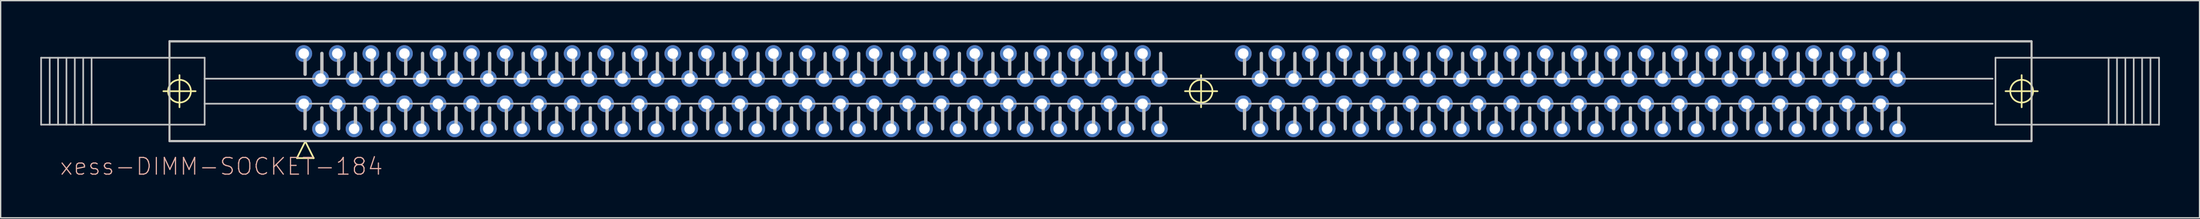
<source format=kicad_pcb>
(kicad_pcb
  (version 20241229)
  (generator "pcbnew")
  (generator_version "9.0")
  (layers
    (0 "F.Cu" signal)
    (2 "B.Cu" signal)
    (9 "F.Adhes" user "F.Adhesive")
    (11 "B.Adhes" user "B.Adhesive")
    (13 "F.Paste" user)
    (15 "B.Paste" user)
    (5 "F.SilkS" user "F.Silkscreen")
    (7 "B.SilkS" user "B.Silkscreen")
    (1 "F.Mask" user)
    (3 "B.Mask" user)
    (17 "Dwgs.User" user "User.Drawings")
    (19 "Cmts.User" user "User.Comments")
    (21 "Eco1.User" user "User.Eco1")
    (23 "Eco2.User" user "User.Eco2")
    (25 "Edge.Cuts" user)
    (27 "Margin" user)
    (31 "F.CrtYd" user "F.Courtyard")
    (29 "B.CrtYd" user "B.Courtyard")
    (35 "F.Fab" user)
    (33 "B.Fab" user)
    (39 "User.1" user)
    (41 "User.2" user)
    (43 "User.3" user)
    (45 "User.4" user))
  (footprint "xess-DIMM-SOCKET-184"
    (layer "F.Cu")
    (at 10.538 3.873)
    (property "Reference" "xess-DIMM-SOCKET-184" (at 3.175 5.715 0) (layer "B.SilkS") (effects (font (size 1.27 1.27) (thickness 0.089))))
    (attr exclude_from_pos_files exclude_from_bom)
    (fp_line (start -1.219 0) (end 1.219 0) (stroke (width 0.127) (type solid)) (layer "F.SilkS"))
    (fp_line (start -0.759 -3.769) (end -0.759 3.769) (stroke (width 0.127) (type solid)) (layer "F.SilkS"))
    (fp_line (start -0.759 3.769) (end 140.208 3.769) (stroke (width 0.127) (type solid)) (layer "F.SilkS"))
    (fp_line (start 0 1.219) (end 0 -1.219) (stroke (width 0.127) (type solid)) (layer "F.SilkS"))
    (fp_line (start 8.89 5.08) (end 9.525 3.81) (stroke (width 0.127) (type solid)) (layer "F.SilkS"))
    (fp_line (start 9.525 3.81) (end 10.16 5.08) (stroke (width 0.127) (type solid)) (layer "F.SilkS"))
    (fp_line (start 10.16 5.08) (end 8.89 5.08) (stroke (width 0.127) (type solid)) (layer "F.SilkS"))
    (fp_line (start 76.119 0) (end 78.56 0) (stroke (width 0.127) (type solid)) (layer "F.SilkS"))
    (fp_line (start 77.338 1.219) (end 77.338 -1.219) (stroke (width 0.127) (type solid)) (layer "F.SilkS"))
    (fp_line (start 138.239 0) (end 140.678 0) (stroke (width 0.127) (type solid)) (layer "F.SilkS"))
    (fp_line (start 139.459 1.219) (end 139.459 -1.219) (stroke (width 0.127) (type solid)) (layer "F.SilkS"))
    (fp_line (start 140.208 -3.769) (end -0.759 -3.769) (stroke (width 0.127) (type solid)) (layer "F.SilkS"))
    (fp_line (start 140.208 3.769) (end 140.208 -3.769) (stroke (width 0.127) (type solid)) (layer "F.SilkS"))
    (fp_circle (center 0 0) (end -0.61 0.61) (stroke (width 0.127) (type solid)) (fill no) (layer "F.SilkS"))
    (fp_circle (center 77.338 0) (end 77.948 0.61) (stroke (width 0.127) (type solid)) (fill no) (layer "F.SilkS"))
    (fp_circle (center 139.459 0) (end 140.068 0.61) (stroke (width 0.127) (type solid)) (fill no) (layer "F.SilkS"))
    (fp_line (start -10.475 -2.54) (end -10.475 2.54) (stroke (width 0.127) (type solid)) (layer "Dwgs.User"))
    (fp_line (start -10.475 2.54) (end -0.762 2.54) (stroke (width 0.127) (type solid)) (layer "Dwgs.User"))
    (fp_line (start -9.825 -2.535) (end -9.825 2.535) (stroke (width 0.127) (type solid)) (layer "Dwgs.User"))
    (fp_line (start -9.192 -2.535) (end -9.192 2.535) (stroke (width 0.127) (type solid)) (layer "Dwgs.User"))
    (fp_line (start -8.557 -2.535) (end -8.557 2.535) (stroke (width 0.127) (type solid)) (layer "Dwgs.User"))
    (fp_line (start -7.925 -2.535) (end -7.925 2.535) (stroke (width 0.127) (type solid)) (layer "Dwgs.User"))
    (fp_line (start -7.29 -2.535) (end -7.29 2.535) (stroke (width 0.127) (type solid)) (layer "Dwgs.User"))
    (fp_line (start -6.655 -2.535) (end -6.655 2.535) (stroke (width 0.127) (type solid)) (layer "Dwgs.User"))
    (fp_line (start -0.762 -3.81) (end 140.205 -3.81) (stroke (width 0.127) (type solid)) (layer "Dwgs.User"))
    (fp_line (start -0.762 -2.54) (end -10.475 -2.54) (stroke (width 0.127) (type solid)) (layer "Dwgs.User"))
    (fp_line (start -0.762 -2.54) (end -0.762 -3.81) (stroke (width 0.127) (type solid)) (layer "Dwgs.User"))
    (fp_line (start -0.762 2.54) (end 1.905 2.54) (stroke (width 0.127) (type solid)) (layer "Dwgs.User"))
    (fp_line (start -0.762 3.81) (end -0.762 2.54) (stroke (width 0.127) (type solid)) (layer "Dwgs.User"))
    (fp_line (start -0.759 -3.769) (end -0.759 3.769) (stroke (width 0.127) (type solid)) (layer "Dwgs.User"))
    (fp_line (start -0.759 3.769) (end 140.208 3.769) (stroke (width 0.127) (type solid)) (layer "Dwgs.User"))
    (fp_line (start 1.9 0.95) (end 137.259 0.95) (stroke (width 0.127) (type solid)) (layer "Dwgs.User"))
    (fp_line (start 1.905 -2.54) (end -0.762 -2.54) (stroke (width 0.127) (type solid)) (layer "Dwgs.User"))
    (fp_line (start 1.905 2.54) (end 1.905 -2.54) (stroke (width 0.127) (type solid)) (layer "Dwgs.User"))
    (fp_line (start 9.51 -2.87) (end 9.51 -1.285) (stroke (width 0.254) (type solid)) (layer "Dwgs.User"))
    (fp_line (start 9.51 1.267) (end 9.51 2.852) (stroke (width 0.254) (type solid)) (layer "Dwgs.User"))
    (fp_line (start 10.78 -2.87) (end 10.78 -1.285) (stroke (width 0.254) (type solid)) (layer "Dwgs.User"))
    (fp_line (start 10.78 1.267) (end 10.78 2.852) (stroke (width 0.254) (type solid)) (layer "Dwgs.User"))
    (fp_line (start 12.05 -2.87) (end 12.05 -1.285) (stroke (width 0.254) (type solid)) (layer "Dwgs.User"))
    (fp_line (start 12.05 1.267) (end 12.05 2.852) (stroke (width 0.254) (type solid)) (layer "Dwgs.User"))
    (fp_line (start 13.32 -2.87) (end 13.32 -1.285) (stroke (width 0.254) (type solid)) (layer "Dwgs.User"))
    (fp_line (start 13.32 1.267) (end 13.32 2.852) (stroke (width 0.254) (type solid)) (layer "Dwgs.User"))
    (fp_line (start 14.59 -2.87) (end 14.59 -1.285) (stroke (width 0.254) (type solid)) (layer "Dwgs.User"))
    (fp_line (start 14.59 1.267) (end 14.59 2.852) (stroke (width 0.254) (type solid)) (layer "Dwgs.User"))
    (fp_line (start 15.86 -2.87) (end 15.86 -1.285) (stroke (width 0.254) (type solid)) (layer "Dwgs.User"))
    (fp_line (start 15.86 1.267) (end 15.86 2.852) (stroke (width 0.254) (type solid)) (layer "Dwgs.User"))
    (fp_line (start 17.13 -2.87) (end 17.13 -1.285) (stroke (width 0.254) (type solid)) (layer "Dwgs.User"))
    (fp_line (start 17.13 1.267) (end 17.13 2.852) (stroke (width 0.254) (type solid)) (layer "Dwgs.User"))
    (fp_line (start 18.4 -2.87) (end 18.4 -1.285) (stroke (width 0.254) (type solid)) (layer "Dwgs.User"))
    (fp_line (start 18.4 1.267) (end 18.4 2.852) (stroke (width 0.254) (type solid)) (layer "Dwgs.User"))
    (fp_line (start 19.67 -2.87) (end 19.67 -1.285) (stroke (width 0.254) (type solid)) (layer "Dwgs.User"))
    (fp_line (start 19.67 1.267) (end 19.67 2.852) (stroke (width 0.254) (type solid)) (layer "Dwgs.User"))
    (fp_line (start 20.94 -2.87) (end 20.94 -1.285) (stroke (width 0.254) (type solid)) (layer "Dwgs.User"))
    (fp_line (start 20.94 1.267) (end 20.94 2.852) (stroke (width 0.254) (type solid)) (layer "Dwgs.User"))
    (fp_line (start 22.21 -2.87) (end 22.21 -1.285) (stroke (width 0.254) (type solid)) (layer "Dwgs.User"))
    (fp_line (start 22.21 1.267) (end 22.21 2.852) (stroke (width 0.254) (type solid)) (layer "Dwgs.User"))
    (fp_line (start 23.48 -2.87) (end 23.48 -1.285) (stroke (width 0.254) (type solid)) (layer "Dwgs.User"))
    (fp_line (start 23.48 1.267) (end 23.48 2.852) (stroke (width 0.254) (type solid)) (layer "Dwgs.User"))
    (fp_line (start 24.75 -2.87) (end 24.75 -1.285) (stroke (width 0.254) (type solid)) (layer "Dwgs.User"))
    (fp_line (start 24.75 1.267) (end 24.75 2.852) (stroke (width 0.254) (type solid)) (layer "Dwgs.User"))
    (fp_line (start 26.02 -2.87) (end 26.02 -1.285) (stroke (width 0.254) (type solid)) (layer "Dwgs.User"))
    (fp_line (start 26.02 1.267) (end 26.02 2.852) (stroke (width 0.254) (type solid)) (layer "Dwgs.User"))
    (fp_line (start 27.29 -2.87) (end 27.29 -1.285) (stroke (width 0.254) (type solid)) (layer "Dwgs.User"))
    (fp_line (start 27.29 1.267) (end 27.29 2.852) (stroke (width 0.254) (type solid)) (layer "Dwgs.User"))
    (fp_line (start 28.56 -2.87) (end 28.56 -1.285) (stroke (width 0.254) (type solid)) (layer "Dwgs.User"))
    (fp_line (start 28.56 1.267) (end 28.56 2.852) (stroke (width 0.254) (type solid)) (layer "Dwgs.User"))
    (fp_line (start 29.83 -2.87) (end 29.83 -1.285) (stroke (width 0.254) (type solid)) (layer "Dwgs.User"))
    (fp_line (start 29.83 1.267) (end 29.83 2.852) (stroke (width 0.254) (type solid)) (layer "Dwgs.User"))
    (fp_line (start 31.1 -2.87) (end 31.1 -1.285) (stroke (width 0.254) (type solid)) (layer "Dwgs.User"))
    (fp_line (start 31.1 1.267) (end 31.1 2.852) (stroke (width 0.254) (type solid)) (layer "Dwgs.User"))
    (fp_line (start 32.37 -2.87) (end 32.37 -1.285) (stroke (width 0.254) (type solid)) (layer "Dwgs.User"))
    (fp_line (start 32.37 1.267) (end 32.37 2.852) (stroke (width 0.254) (type solid)) (layer "Dwgs.User"))
    (fp_line (start 33.64 -2.87) (end 33.64 -1.285) (stroke (width 0.254) (type solid)) (layer "Dwgs.User"))
    (fp_line (start 33.64 1.267) (end 33.64 2.852) (stroke (width 0.254) (type solid)) (layer "Dwgs.User"))
    (fp_line (start 34.91 -2.87) (end 34.91 -1.285) (stroke (width 0.254) (type solid)) (layer "Dwgs.User"))
    (fp_line (start 34.91 1.267) (end 34.91 2.852) (stroke (width 0.254) (type solid)) (layer "Dwgs.User"))
    (fp_line (start 36.18 -2.87) (end 36.18 -1.285) (stroke (width 0.254) (type solid)) (layer "Dwgs.User"))
    (fp_line (start 36.18 1.267) (end 36.18 2.852) (stroke (width 0.254) (type solid)) (layer "Dwgs.User"))
    (fp_line (start 37.45 -2.87) (end 37.45 -1.285) (stroke (width 0.254) (type solid)) (layer "Dwgs.User"))
    (fp_line (start 37.45 1.267) (end 37.45 2.852) (stroke (width 0.254) (type solid)) (layer "Dwgs.User"))
    (fp_line (start 38.72 -2.87) (end 38.72 -1.285) (stroke (width 0.254) (type solid)) (layer "Dwgs.User"))
    (fp_line (start 38.72 1.267) (end 38.72 2.852) (stroke (width 0.254) (type solid)) (layer "Dwgs.User"))
    (fp_line (start 39.99 -2.87) (end 39.99 -1.285) (stroke (width 0.254) (type solid)) (layer "Dwgs.User"))
    (fp_line (start 39.99 1.267) (end 39.99 2.852) (stroke (width 0.254) (type solid)) (layer "Dwgs.User"))
    (fp_line (start 41.26 -2.87) (end 41.26 -1.285) (stroke (width 0.254) (type solid)) (layer "Dwgs.User"))
    (fp_line (start 41.26 1.267) (end 41.26 2.852) (stroke (width 0.254) (type solid)) (layer "Dwgs.User"))
    (fp_line (start 42.53 -2.87) (end 42.53 -1.285) (stroke (width 0.254) (type solid)) (layer "Dwgs.User"))
    (fp_line (start 42.53 1.267) (end 42.53 2.852) (stroke (width 0.254) (type solid)) (layer "Dwgs.User"))
    (fp_line (start 43.8 -2.87) (end 43.8 -1.285) (stroke (width 0.254) (type solid)) (layer "Dwgs.User"))
    (fp_line (start 43.8 1.267) (end 43.8 2.852) (stroke (width 0.254) (type solid)) (layer "Dwgs.User"))
    (fp_line (start 45.07 -2.87) (end 45.07 -1.285) (stroke (width 0.254) (type solid)) (layer "Dwgs.User"))
    (fp_line (start 45.07 1.267) (end 45.07 2.852) (stroke (width 0.254) (type solid)) (layer "Dwgs.User"))
    (fp_line (start 46.34 -2.87) (end 46.34 -1.285) (stroke (width 0.254) (type solid)) (layer "Dwgs.User"))
    (fp_line (start 46.34 1.267) (end 46.34 2.852) (stroke (width 0.254) (type solid)) (layer "Dwgs.User"))
    (fp_line (start 47.61 -2.87) (end 47.61 -1.285) (stroke (width 0.254) (type solid)) (layer "Dwgs.User"))
    (fp_line (start 47.61 1.267) (end 47.61 2.852) (stroke (width 0.254) (type solid)) (layer "Dwgs.User"))
    (fp_line (start 48.88 -2.87) (end 48.88 -1.285) (stroke (width 0.254) (type solid)) (layer "Dwgs.User"))
    (fp_line (start 48.88 1.267) (end 48.88 2.852) (stroke (width 0.254) (type solid)) (layer "Dwgs.User"))
    (fp_line (start 50.15 -2.87) (end 50.15 -1.285) (stroke (width 0.254) (type solid)) (layer "Dwgs.User"))
    (fp_line (start 50.15 1.267) (end 50.15 2.852) (stroke (width 0.254) (type solid)) (layer "Dwgs.User"))
    (fp_line (start 51.42 -2.87) (end 51.42 -1.285) (stroke (width 0.254) (type solid)) (layer "Dwgs.User"))
    (fp_line (start 51.42 1.267) (end 51.42 2.852) (stroke (width 0.254) (type solid)) (layer "Dwgs.User"))
    (fp_line (start 52.69 -2.87) (end 52.69 -1.285) (stroke (width 0.254) (type solid)) (layer "Dwgs.User"))
    (fp_line (start 52.69 1.267) (end 52.69 2.852) (stroke (width 0.254) (type solid)) (layer "Dwgs.User"))
    (fp_line (start 53.96 -2.87) (end 53.96 -1.285) (stroke (width 0.254) (type solid)) (layer "Dwgs.User"))
    (fp_line (start 53.96 1.267) (end 53.96 2.852) (stroke (width 0.254) (type solid)) (layer "Dwgs.User"))
    (fp_line (start 55.23 -2.87) (end 55.23 -1.285) (stroke (width 0.254) (type solid)) (layer "Dwgs.User"))
    (fp_line (start 55.23 1.267) (end 55.23 2.852) (stroke (width 0.254) (type solid)) (layer "Dwgs.User"))
    (fp_line (start 56.5 -2.87) (end 56.5 -1.285) (stroke (width 0.254) (type solid)) (layer "Dwgs.User"))
    (fp_line (start 56.5 1.267) (end 56.5 2.852) (stroke (width 0.254) (type solid)) (layer "Dwgs.User"))
    (fp_line (start 57.77 -2.87) (end 57.77 -1.285) (stroke (width 0.254) (type solid)) (layer "Dwgs.User"))
    (fp_line (start 57.77 1.267) (end 57.77 2.852) (stroke (width 0.254) (type solid)) (layer "Dwgs.User"))
    (fp_line (start 59.04 -2.87) (end 59.04 -1.285) (stroke (width 0.254) (type solid)) (layer "Dwgs.User"))
    (fp_line (start 59.04 1.267) (end 59.04 2.852) (stroke (width 0.254) (type solid)) (layer "Dwgs.User"))
    (fp_line (start 60.31 -2.87) (end 60.31 -1.285) (stroke (width 0.254) (type solid)) (layer "Dwgs.User"))
    (fp_line (start 60.31 1.267) (end 60.31 2.852) (stroke (width 0.254) (type solid)) (layer "Dwgs.User"))
    (fp_line (start 61.58 -2.87) (end 61.58 -1.285) (stroke (width 0.254) (type solid)) (layer "Dwgs.User"))
    (fp_line (start 61.58 1.267) (end 61.58 2.852) (stroke (width 0.254) (type solid)) (layer "Dwgs.User"))
    (fp_line (start 62.85 -2.87) (end 62.85 -1.285) (stroke (width 0.254) (type solid)) (layer "Dwgs.User"))
    (fp_line (start 62.85 1.267) (end 62.85 2.852) (stroke (width 0.254) (type solid)) (layer "Dwgs.User"))
    (fp_line (start 64.12 -2.87) (end 64.12 -1.285) (stroke (width 0.254) (type solid)) (layer "Dwgs.User"))
    (fp_line (start 64.12 1.267) (end 64.12 2.852) (stroke (width 0.254) (type solid)) (layer "Dwgs.User"))
    (fp_line (start 65.39 -2.87) (end 65.39 -1.285) (stroke (width 0.254) (type solid)) (layer "Dwgs.User"))
    (fp_line (start 65.39 1.267) (end 65.39 2.852) (stroke (width 0.254) (type solid)) (layer "Dwgs.User"))
    (fp_line (start 66.66 -2.87) (end 66.66 -1.285) (stroke (width 0.254) (type solid)) (layer "Dwgs.User"))
    (fp_line (start 66.66 1.267) (end 66.66 2.852) (stroke (width 0.254) (type solid)) (layer "Dwgs.User"))
    (fp_line (start 67.93 -2.87) (end 67.93 -1.285) (stroke (width 0.254) (type solid)) (layer "Dwgs.User"))
    (fp_line (start 67.93 1.267) (end 67.93 2.852) (stroke (width 0.254) (type solid)) (layer "Dwgs.User"))
    (fp_line (start 69.2 -2.87) (end 69.2 -1.285) (stroke (width 0.254) (type solid)) (layer "Dwgs.User"))
    (fp_line (start 69.2 1.267) (end 69.2 2.852) (stroke (width 0.254) (type solid)) (layer "Dwgs.User"))
    (fp_line (start 70.47 -2.87) (end 70.47 -1.285) (stroke (width 0.254) (type solid)) (layer "Dwgs.User"))
    (fp_line (start 70.47 1.267) (end 70.47 2.852) (stroke (width 0.254) (type solid)) (layer "Dwgs.User"))
    (fp_line (start 71.74 -2.87) (end 71.74 -1.285) (stroke (width 0.254) (type solid)) (layer "Dwgs.User"))
    (fp_line (start 71.74 1.267) (end 71.74 2.852) (stroke (width 0.254) (type solid)) (layer "Dwgs.User"))
    (fp_line (start 73.01 -2.87) (end 73.01 -1.285) (stroke (width 0.254) (type solid)) (layer "Dwgs.User"))
    (fp_line (start 73.01 1.267) (end 73.01 2.852) (stroke (width 0.254) (type solid)) (layer "Dwgs.User"))
    (fp_line (start 74.28 -2.87) (end 74.28 -1.285) (stroke (width 0.254) (type solid)) (layer "Dwgs.User"))
    (fp_line (start 74.28 1.267) (end 74.28 2.852) (stroke (width 0.254) (type solid)) (layer "Dwgs.User"))
    (fp_line (start 80.63 -2.87) (end 80.63 -1.285) (stroke (width 0.254) (type solid)) (layer "Dwgs.User"))
    (fp_line (start 80.63 1.267) (end 80.63 2.852) (stroke (width 0.254) (type solid)) (layer "Dwgs.User"))
    (fp_line (start 81.9 -2.87) (end 81.9 -1.285) (stroke (width 0.254) (type solid)) (layer "Dwgs.User"))
    (fp_line (start 81.9 1.267) (end 81.9 2.852) (stroke (width 0.254) (type solid)) (layer "Dwgs.User"))
    (fp_line (start 83.17 -2.87) (end 83.17 -1.285) (stroke (width 0.254) (type solid)) (layer "Dwgs.User"))
    (fp_line (start 83.17 1.267) (end 83.17 2.852) (stroke (width 0.254) (type solid)) (layer "Dwgs.User"))
    (fp_line (start 84.44 -2.87) (end 84.44 -1.285) (stroke (width 0.254) (type solid)) (layer "Dwgs.User"))
    (fp_line (start 84.44 1.267) (end 84.44 2.852) (stroke (width 0.254) (type solid)) (layer "Dwgs.User"))
    (fp_line (start 85.71 -2.87) (end 85.71 -1.285) (stroke (width 0.254) (type solid)) (layer "Dwgs.User"))
    (fp_line (start 85.71 1.267) (end 85.71 2.852) (stroke (width 0.254) (type solid)) (layer "Dwgs.User"))
    (fp_line (start 86.98 -2.87) (end 86.98 -1.285) (stroke (width 0.254) (type solid)) (layer "Dwgs.User"))
    (fp_line (start 86.98 1.267) (end 86.98 2.852) (stroke (width 0.254) (type solid)) (layer "Dwgs.User"))
    (fp_line (start 88.25 -2.87) (end 88.25 -1.285) (stroke (width 0.254) (type solid)) (layer "Dwgs.User"))
    (fp_line (start 88.25 1.267) (end 88.25 2.852) (stroke (width 0.254) (type solid)) (layer "Dwgs.User"))
    (fp_line (start 89.52 -2.87) (end 89.52 -1.285) (stroke (width 0.254) (type solid)) (layer "Dwgs.User"))
    (fp_line (start 89.52 1.267) (end 89.52 2.852) (stroke (width 0.254) (type solid)) (layer "Dwgs.User"))
    (fp_line (start 90.79 -2.87) (end 90.79 -1.285) (stroke (width 0.254) (type solid)) (layer "Dwgs.User"))
    (fp_line (start 90.79 1.267) (end 90.79 2.852) (stroke (width 0.254) (type solid)) (layer "Dwgs.User"))
    (fp_line (start 92.06 -2.87) (end 92.06 -1.285) (stroke (width 0.254) (type solid)) (layer "Dwgs.User"))
    (fp_line (start 92.06 1.267) (end 92.06 2.852) (stroke (width 0.254) (type solid)) (layer "Dwgs.User"))
    (fp_line (start 93.33 -2.87) (end 93.33 -1.285) (stroke (width 0.254) (type solid)) (layer "Dwgs.User"))
    (fp_line (start 93.33 1.267) (end 93.33 2.852) (stroke (width 0.254) (type solid)) (layer "Dwgs.User"))
    (fp_line (start 94.6 -2.87) (end 94.6 -1.285) (stroke (width 0.254) (type solid)) (layer "Dwgs.User"))
    (fp_line (start 94.6 1.267) (end 94.6 2.852) (stroke (width 0.254) (type solid)) (layer "Dwgs.User"))
    (fp_line (start 95.87 -2.87) (end 95.87 -1.285) (stroke (width 0.254) (type solid)) (layer "Dwgs.User"))
    (fp_line (start 95.87 1.267) (end 95.87 2.852) (stroke (width 0.254) (type solid)) (layer "Dwgs.User"))
    (fp_line (start 97.14 -2.87) (end 97.14 -1.285) (stroke (width 0.254) (type solid)) (layer "Dwgs.User"))
    (fp_line (start 97.14 1.267) (end 97.14 2.852) (stroke (width 0.254) (type solid)) (layer "Dwgs.User"))
    (fp_line (start 98.41 -2.87) (end 98.41 -1.285) (stroke (width 0.254) (type solid)) (layer "Dwgs.User"))
    (fp_line (start 98.41 1.267) (end 98.41 2.852) (stroke (width 0.254) (type solid)) (layer "Dwgs.User"))
    (fp_line (start 99.68 -2.87) (end 99.68 -1.285) (stroke (width 0.254) (type solid)) (layer "Dwgs.User"))
    (fp_line (start 99.68 1.267) (end 99.68 2.852) (stroke (width 0.254) (type solid)) (layer "Dwgs.User"))
    (fp_line (start 100.95 -2.87) (end 100.95 -1.285) (stroke (width 0.254) (type solid)) (layer "Dwgs.User"))
    (fp_line (start 100.95 1.267) (end 100.95 2.852) (stroke (width 0.254) (type solid)) (layer "Dwgs.User"))
    (fp_line (start 102.22 -2.87) (end 102.22 -1.285) (stroke (width 0.254) (type solid)) (layer "Dwgs.User"))
    (fp_line (start 102.22 1.267) (end 102.22 2.852) (stroke (width 0.254) (type solid)) (layer "Dwgs.User"))
    (fp_line (start 103.49 -2.87) (end 103.49 -1.285) (stroke (width 0.254) (type solid)) (layer "Dwgs.User"))
    (fp_line (start 103.49 1.267) (end 103.49 2.852) (stroke (width 0.254) (type solid)) (layer "Dwgs.User"))
    (fp_line (start 104.76 -2.87) (end 104.76 -1.285) (stroke (width 0.254) (type solid)) (layer "Dwgs.User"))
    (fp_line (start 104.76 1.267) (end 104.76 2.852) (stroke (width 0.254) (type solid)) (layer "Dwgs.User"))
    (fp_line (start 106.03 -2.87) (end 106.03 -1.285) (stroke (width 0.254) (type solid)) (layer "Dwgs.User"))
    (fp_line (start 106.03 1.267) (end 106.03 2.852) (stroke (width 0.254) (type solid)) (layer "Dwgs.User"))
    (fp_line (start 107.3 -2.87) (end 107.3 -1.285) (stroke (width 0.254) (type solid)) (layer "Dwgs.User"))
    (fp_line (start 107.3 1.267) (end 107.3 2.852) (stroke (width 0.254) (type solid)) (layer "Dwgs.User"))
    (fp_line (start 108.57 -2.87) (end 108.57 -1.285) (stroke (width 0.254) (type solid)) (layer "Dwgs.User"))
    (fp_line (start 108.57 1.267) (end 108.57 2.852) (stroke (width 0.254) (type solid)) (layer "Dwgs.User"))
    (fp_line (start 109.84 -2.87) (end 109.84 -1.285) (stroke (width 0.254) (type solid)) (layer "Dwgs.User"))
    (fp_line (start 109.84 1.267) (end 109.84 2.852) (stroke (width 0.254) (type solid)) (layer "Dwgs.User"))
    (fp_line (start 111.11 -2.87) (end 111.11 -1.285) (stroke (width 0.254) (type solid)) (layer "Dwgs.User"))
    (fp_line (start 111.11 1.267) (end 111.11 2.852) (stroke (width 0.254) (type solid)) (layer "Dwgs.User"))
    (fp_line (start 112.38 -2.87) (end 112.38 -1.285) (stroke (width 0.254) (type solid)) (layer "Dwgs.User"))
    (fp_line (start 112.38 1.267) (end 112.38 2.852) (stroke (width 0.254) (type solid)) (layer "Dwgs.User"))
    (fp_line (start 113.65 -2.87) (end 113.65 -1.285) (stroke (width 0.254) (type solid)) (layer "Dwgs.User"))
    (fp_line (start 113.65 1.267) (end 113.65 2.852) (stroke (width 0.254) (type solid)) (layer "Dwgs.User"))
    (fp_line (start 114.92 -2.87) (end 114.92 -1.285) (stroke (width 0.254) (type solid)) (layer "Dwgs.User"))
    (fp_line (start 114.92 1.267) (end 114.92 2.852) (stroke (width 0.254) (type solid)) (layer "Dwgs.User"))
    (fp_line (start 116.19 -2.87) (end 116.19 -1.285) (stroke (width 0.254) (type solid)) (layer "Dwgs.User"))
    (fp_line (start 116.19 1.267) (end 116.19 2.852) (stroke (width 0.254) (type solid)) (layer "Dwgs.User"))
    (fp_line (start 117.46 -2.87) (end 117.46 -1.285) (stroke (width 0.254) (type solid)) (layer "Dwgs.User"))
    (fp_line (start 117.46 1.267) (end 117.46 2.852) (stroke (width 0.254) (type solid)) (layer "Dwgs.User"))
    (fp_line (start 118.73 -2.87) (end 118.73 -1.285) (stroke (width 0.254) (type solid)) (layer "Dwgs.User"))
    (fp_line (start 118.73 1.267) (end 118.73 2.852) (stroke (width 0.254) (type solid)) (layer "Dwgs.User"))
    (fp_line (start 120 -2.87) (end 120 -1.285) (stroke (width 0.254) (type solid)) (layer "Dwgs.User"))
    (fp_line (start 120 1.267) (end 120 2.852) (stroke (width 0.254) (type solid)) (layer "Dwgs.User"))
    (fp_line (start 121.27 -2.87) (end 121.27 -1.285) (stroke (width 0.254) (type solid)) (layer "Dwgs.User"))
    (fp_line (start 121.27 1.267) (end 121.27 2.852) (stroke (width 0.254) (type solid)) (layer "Dwgs.User"))
    (fp_line (start 122.54 -2.87) (end 122.54 -1.285) (stroke (width 0.254) (type solid)) (layer "Dwgs.User"))
    (fp_line (start 122.54 1.267) (end 122.54 2.852) (stroke (width 0.254) (type solid)) (layer "Dwgs.User"))
    (fp_line (start 123.81 -2.87) (end 123.81 -1.285) (stroke (width 0.254) (type solid)) (layer "Dwgs.User"))
    (fp_line (start 123.81 1.267) (end 123.81 2.852) (stroke (width 0.254) (type solid)) (layer "Dwgs.User"))
    (fp_line (start 125.08 -2.87) (end 125.08 -1.285) (stroke (width 0.254) (type solid)) (layer "Dwgs.User"))
    (fp_line (start 125.08 1.267) (end 125.08 2.852) (stroke (width 0.254) (type solid)) (layer "Dwgs.User"))
    (fp_line (start 126.35 -2.87) (end 126.35 -1.285) (stroke (width 0.254) (type solid)) (layer "Dwgs.User"))
    (fp_line (start 126.35 1.267) (end 126.35 2.852) (stroke (width 0.254) (type solid)) (layer "Dwgs.User"))
    (fp_line (start 127.62 -2.87) (end 127.62 -1.285) (stroke (width 0.254) (type solid)) (layer "Dwgs.User"))
    (fp_line (start 127.62 1.267) (end 127.62 2.852) (stroke (width 0.254) (type solid)) (layer "Dwgs.User"))
    (fp_line (start 128.89 -2.87) (end 128.89 -1.285) (stroke (width 0.254) (type solid)) (layer "Dwgs.User"))
    (fp_line (start 128.89 1.267) (end 128.89 2.852) (stroke (width 0.254) (type solid)) (layer "Dwgs.User"))
    (fp_line (start 130.16 -2.87) (end 130.16 -1.285) (stroke (width 0.254) (type solid)) (layer "Dwgs.User"))
    (fp_line (start 130.16 1.267) (end 130.16 2.852) (stroke (width 0.254) (type solid)) (layer "Dwgs.User"))
    (fp_line (start 137.259 -0.95) (end 1.9 -0.95) (stroke (width 0.127) (type solid)) (layer "Dwgs.User"))
    (fp_line (start 137.477 -2.54) (end 137.477 2.54) (stroke (width 0.127) (type solid)) (layer "Dwgs.User"))
    (fp_line (start 137.477 2.54) (end 140.205 2.54) (stroke (width 0.127) (type solid)) (layer "Dwgs.User"))
    (fp_line (start 140.205 -3.81) (end 140.205 -2.54) (stroke (width 0.127) (type solid)) (layer "Dwgs.User"))
    (fp_line (start 140.205 -2.54) (end 137.477 -2.54) (stroke (width 0.127) (type solid)) (layer "Dwgs.User"))
    (fp_line (start 140.205 2.54) (end 140.205 3.81) (stroke (width 0.127) (type solid)) (layer "Dwgs.User"))
    (fp_line (start 140.205 2.54) (end 149.86 2.54) (stroke (width 0.127) (type solid)) (layer "Dwgs.User"))
    (fp_line (start 140.205 3.81) (end -0.762 3.81) (stroke (width 0.127) (type solid)) (layer "Dwgs.User"))
    (fp_line (start 140.208 -3.769) (end -0.759 -3.769) (stroke (width 0.127) (type solid)) (layer "Dwgs.User"))
    (fp_line (start 140.208 3.769) (end 140.208 -3.769) (stroke (width 0.127) (type solid)) (layer "Dwgs.User"))
    (fp_line (start 146.04 2.535) (end 146.04 -2.535) (stroke (width 0.127) (type solid)) (layer "Dwgs.User"))
    (fp_line (start 146.675 2.535) (end 146.675 -2.535) (stroke (width 0.127) (type solid)) (layer "Dwgs.User"))
    (fp_line (start 147.31 2.535) (end 147.31 -2.535) (stroke (width 0.127) (type solid)) (layer "Dwgs.User"))
    (fp_line (start 147.942 2.535) (end 147.942 -2.535) (stroke (width 0.127) (type solid)) (layer "Dwgs.User"))
    (fp_line (start 148.577 2.535) (end 148.577 -2.535) (stroke (width 0.127) (type solid)) (layer "Dwgs.User"))
    (fp_line (start 149.21 2.535) (end 149.21 -2.535) (stroke (width 0.127) (type solid)) (layer "Dwgs.User"))
    (fp_line (start 149.86 -2.54) (end 140.205 -2.54) (stroke (width 0.127) (type solid)) (layer "Dwgs.User"))
    (fp_line (start 149.86 2.54) (end 149.86 -2.54) (stroke (width 0.127) (type solid)) (layer "Dwgs.User"))
    (pad "P$1" thru_hole circle (at 9.408 0.958) (size 1.27 1.27) (drill 0.798) (layers "*.Cu" "*.Mask"))
    (pad "P$2" thru_hole circle (at 10.678 2.857) (size 1.27 1.27) (drill 0.798) (layers "*.Cu" "*.Mask"))
    (pad "P$3" thru_hole circle (at 11.948 0.958) (size 1.27 1.27) (drill 0.798) (layers "*.Cu" "*.Mask"))
    (pad "P$4" thru_hole circle (at 13.218 2.857) (size 1.27 1.27) (drill 0.798) (layers "*.Cu" "*.Mask"))
    (pad "P$5" thru_hole circle (at 14.488 0.958) (size 1.27 1.27) (drill 0.798) (layers "*.Cu" "*.Mask"))
    (pad "P$6" thru_hole circle (at 15.758 2.857) (size 1.27 1.27) (drill 0.798) (layers "*.Cu" "*.Mask"))
    (pad "P$7" thru_hole circle (at 17.028 0.958) (size 1.27 1.27) (drill 0.798) (layers "*.Cu" "*.Mask"))
    (pad "P$8" thru_hole circle (at 18.298 2.857) (size 1.27 1.27) (drill 0.798) (layers "*.Cu" "*.Mask"))
    (pad "P$9" thru_hole circle (at 19.568 0.958) (size 1.27 1.27) (drill 0.798) (layers "*.Cu" "*.Mask"))
    (pad "P$10" thru_hole circle (at 18.298 -0.958) (size 1.27 1.27) (drill 0.798) (layers "*.Cu" "*.Mask"))
    (pad "P$10" thru_hole circle (at 19.568 -2.857) (size 1.27 1.27) (drill 0.798) (layers "*.Cu" "*.Mask"))
    (pad "P$10" thru_hole circle (at 20.838 -0.958) (size 1.27 1.27) (drill 0.798) (layers "*.Cu" "*.Mask"))
    (pad "P$10" thru_hole circle (at 20.838 2.857) (size 1.27 1.27) (drill 0.798) (layers "*.Cu" "*.Mask"))
    (pad "P$10" thru_hole circle (at 22.108 -2.857) (size 1.27 1.27) (drill 0.798) (layers "*.Cu" "*.Mask"))
    (pad "P$10" thru_hole circle (at 23.378 -0.958) (size 1.27 1.27) (drill 0.798) (layers "*.Cu" "*.Mask"))
    (pad "P$10" thru_hole circle (at 24.648 -2.857) (size 1.27 1.27) (drill 0.798) (layers "*.Cu" "*.Mask"))
    (pad "P$10" thru_hole circle (at 25.918 -0.958) (size 1.27 1.27) (drill 0.798) (layers "*.Cu" "*.Mask"))
    (pad "P$10" thru_hole circle (at 27.188 -2.857) (size 1.27 1.27) (drill 0.798) (layers "*.Cu" "*.Mask"))
    (pad "P$10" thru_hole circle (at 28.458 -0.958) (size 1.27 1.27) (drill 0.798) (layers "*.Cu" "*.Mask"))
    (pad "P$10" thru_hole circle (at 29.728 -2.857) (size 1.27 1.27) (drill 0.798) (layers "*.Cu" "*.Mask"))
    (pad "P$11" thru_hole circle (at 22.108 0.958) (size 1.27 1.27) (drill 0.798) (layers "*.Cu" "*.Mask"))
    (pad "P$11" thru_hole circle (at 30.998 -0.958) (size 1.27 1.27) (drill 0.798) (layers "*.Cu" "*.Mask"))
    (pad "P$11" thru_hole circle (at 32.268 -2.857) (size 1.27 1.27) (drill 0.798) (layers "*.Cu" "*.Mask"))
    (pad "P$11" thru_hole circle (at 33.538 -0.958) (size 1.27 1.27) (drill 0.798) (layers "*.Cu" "*.Mask"))
    (pad "P$11" thru_hole circle (at 34.808 -2.857) (size 1.27 1.27) (drill 0.798) (layers "*.Cu" "*.Mask"))
    (pad "P$11" thru_hole circle (at 36.078 -0.958) (size 1.27 1.27) (drill 0.798) (layers "*.Cu" "*.Mask"))
    (pad "P$11" thru_hole circle (at 37.348 -2.857) (size 1.27 1.27) (drill 0.798) (layers "*.Cu" "*.Mask"))
    (pad "P$11" thru_hole circle (at 38.618 -0.958) (size 1.27 1.27) (drill 0.798) (layers "*.Cu" "*.Mask"))
    (pad "P$11" thru_hole circle (at 39.888 -2.857) (size 1.27 1.27) (drill 0.798) (layers "*.Cu" "*.Mask"))
    (pad "P$11" thru_hole circle (at 41.158 -0.958) (size 1.27 1.27) (drill 0.798) (layers "*.Cu" "*.Mask"))
    (pad "P$11" thru_hole circle (at 42.428 -2.857) (size 1.27 1.27) (drill 0.798) (layers "*.Cu" "*.Mask"))
    (pad "P$12" thru_hole circle (at 23.378 2.857) (size 1.27 1.27) (drill 0.798) (layers "*.Cu" "*.Mask"))
    (pad "P$12" thru_hole circle (at 43.698 -0.958) (size 1.27 1.27) (drill 0.798) (layers "*.Cu" "*.Mask"))
    (pad "P$12" thru_hole circle (at 44.968 -2.857) (size 1.27 1.27) (drill 0.798) (layers "*.Cu" "*.Mask"))
    (pad "P$12" thru_hole circle (at 46.238 -0.958) (size 1.27 1.27) (drill 0.798) (layers "*.Cu" "*.Mask"))
    (pad "P$12" thru_hole circle (at 47.508 -2.857) (size 1.27 1.27) (drill 0.798) (layers "*.Cu" "*.Mask"))
    (pad "P$12" thru_hole circle (at 48.778 -0.958) (size 1.27 1.27) (drill 0.798) (layers "*.Cu" "*.Mask"))
    (pad "P$12" thru_hole circle (at 50.048 -2.857) (size 1.27 1.27) (drill 0.798) (layers "*.Cu" "*.Mask"))
    (pad "P$12" thru_hole circle (at 51.318 -0.958) (size 1.27 1.27) (drill 0.798) (layers "*.Cu" "*.Mask"))
    (pad "P$12" thru_hole circle (at 52.588 -2.857) (size 1.27 1.27) (drill 0.798) (layers "*.Cu" "*.Mask"))
    (pad "P$12" thru_hole circle (at 53.858 -0.958) (size 1.27 1.27) (drill 0.798) (layers "*.Cu" "*.Mask"))
    (pad "P$12" thru_hole circle (at 55.128 -2.857) (size 1.27 1.27) (drill 0.798) (layers "*.Cu" "*.Mask"))
    (pad "P$13" thru_hole circle (at 24.648 0.958) (size 1.27 1.27) (drill 0.798) (layers "*.Cu" "*.Mask"))
    (pad "P$13" thru_hole circle (at 56.398 -0.958) (size 1.27 1.27) (drill 0.798) (layers "*.Cu" "*.Mask"))
    (pad "P$13" thru_hole circle (at 57.668 -2.857) (size 1.27 1.27) (drill 0.798) (layers "*.Cu" "*.Mask"))
    (pad "P$13" thru_hole circle (at 58.938 -0.958) (size 1.27 1.27) (drill 0.798) (layers "*.Cu" "*.Mask"))
    (pad "P$13" thru_hole circle (at 60.208 -2.857) (size 1.27 1.27) (drill 0.798) (layers "*.Cu" "*.Mask"))
    (pad "P$13" thru_hole circle (at 61.478 -0.958) (size 1.27 1.27) (drill 0.798) (layers "*.Cu" "*.Mask"))
    (pad "P$13" thru_hole circle (at 62.748 -2.857) (size 1.27 1.27) (drill 0.798) (layers "*.Cu" "*.Mask"))
    (pad "P$13" thru_hole circle (at 64.018 -0.958) (size 1.27 1.27) (drill 0.798) (layers "*.Cu" "*.Mask"))
    (pad "P$13" thru_hole circle (at 65.288 -2.857) (size 1.27 1.27) (drill 0.798) (layers "*.Cu" "*.Mask"))
    (pad "P$13" thru_hole circle (at 66.558 -0.958) (size 1.27 1.27) (drill 0.798) (layers "*.Cu" "*.Mask"))
    (pad "P$13" thru_hole circle (at 67.828 -2.857) (size 1.27 1.27) (drill 0.798) (layers "*.Cu" "*.Mask"))
    (pad "P$14" thru_hole circle (at 25.918 2.857) (size 1.27 1.27) (drill 0.798) (layers "*.Cu" "*.Mask"))
    (pad "P$14" thru_hole circle (at 69.098 -0.958) (size 1.27 1.27) (drill 0.798) (layers "*.Cu" "*.Mask"))
    (pad "P$14" thru_hole circle (at 70.368 -2.857) (size 1.27 1.27) (drill 0.798) (layers "*.Cu" "*.Mask"))
    (pad "P$14" thru_hole circle (at 71.638 -0.958) (size 1.27 1.27) (drill 0.798) (layers "*.Cu" "*.Mask"))
    (pad "P$14" thru_hole circle (at 72.908 -2.857) (size 1.27 1.27) (drill 0.798) (layers "*.Cu" "*.Mask"))
    (pad "P$14" thru_hole circle (at 74.178 -0.958) (size 1.27 1.27) (drill 0.798) (layers "*.Cu" "*.Mask"))
    (pad "P$14" thru_hole circle (at 80.528 -2.857) (size 1.27 1.27) (drill 0.798) (layers "*.Cu" "*.Mask"))
    (pad "P$14" thru_hole circle (at 81.798 -0.958) (size 1.27 1.27) (drill 0.798) (layers "*.Cu" "*.Mask"))
    (pad "P$14" thru_hole circle (at 83.068 -2.857) (size 1.27 1.27) (drill 0.798) (layers "*.Cu" "*.Mask"))
    (pad "P$14" thru_hole circle (at 84.338 -0.958) (size 1.27 1.27) (drill 0.798) (layers "*.Cu" "*.Mask"))
    (pad "P$14" thru_hole circle (at 85.608 -2.857) (size 1.27 1.27) (drill 0.798) (layers "*.Cu" "*.Mask"))
    (pad "P$15" thru_hole circle (at 27.188 0.958) (size 1.27 1.27) (drill 0.798) (layers "*.Cu" "*.Mask"))
    (pad "P$15" thru_hole circle (at 86.878 -0.958) (size 1.27 1.27) (drill 0.798) (layers "*.Cu" "*.Mask"))
    (pad "P$15" thru_hole circle (at 88.148 -2.857) (size 1.27 1.27) (drill 0.798) (layers "*.Cu" "*.Mask"))
    (pad "P$15" thru_hole circle (at 89.418 -0.958) (size 1.27 1.27) (drill 0.798) (layers "*.Cu" "*.Mask"))
    (pad "P$15" thru_hole circle (at 90.688 -2.857) (size 1.27 1.27) (drill 0.798) (layers "*.Cu" "*.Mask"))
    (pad "P$15" thru_hole circle (at 91.958 -0.958) (size 1.27 1.27) (drill 0.798) (layers "*.Cu" "*.Mask"))
    (pad "P$15" thru_hole circle (at 93.228 -2.857) (size 1.27 1.27) (drill 0.798) (layers "*.Cu" "*.Mask"))
    (pad "P$15" thru_hole circle (at 94.498 -0.958) (size 1.27 1.27) (drill 0.798) (layers "*.Cu" "*.Mask"))
    (pad "P$15" thru_hole circle (at 95.768 -2.857) (size 1.27 1.27) (drill 0.798) (layers "*.Cu" "*.Mask"))
    (pad "P$15" thru_hole circle (at 97.038 -0.958) (size 1.27 1.27) (drill 0.798) (layers "*.Cu" "*.Mask"))
    (pad "P$15" thru_hole circle (at 98.308 -2.857) (size 1.27 1.27) (drill 0.798) (layers "*.Cu" "*.Mask"))
    (pad "P$16" thru_hole circle (at 28.458 2.857) (size 1.27 1.27) (drill 0.798) (layers "*.Cu" "*.Mask"))
    (pad "P$16" thru_hole circle (at 99.578 -0.958) (size 1.27 1.27) (drill 0.798) (layers "*.Cu" "*.Mask"))
    (pad "P$16" thru_hole circle (at 100.848 -2.857) (size 1.27 1.27) (drill 0.798) (layers "*.Cu" "*.Mask"))
    (pad "P$16" thru_hole circle (at 102.118 -0.958) (size 1.27 1.27) (drill 0.798) (layers "*.Cu" "*.Mask"))
    (pad "P$16" thru_hole circle (at 103.388 -2.857) (size 1.27 1.27) (drill 0.798) (layers "*.Cu" "*.Mask"))
    (pad "P$16" thru_hole circle (at 104.658 -0.958) (size 1.27 1.27) (drill 0.798) (layers "*.Cu" "*.Mask"))
    (pad "P$16" thru_hole circle (at 105.928 -2.857) (size 1.27 1.27) (drill 0.798) (layers "*.Cu" "*.Mask"))
    (pad "P$16" thru_hole circle (at 107.198 -0.958) (size 1.27 1.27) (drill 0.798) (layers "*.Cu" "*.Mask"))
    (pad "P$16" thru_hole circle (at 108.468 -2.857) (size 1.27 1.27) (drill 0.798) (layers "*.Cu" "*.Mask"))
    (pad "P$16" thru_hole circle (at 109.738 -0.958) (size 1.27 1.27) (drill 0.798) (layers "*.Cu" "*.Mask"))
    (pad "P$16" thru_hole circle (at 111.008 -2.857) (size 1.27 1.27) (drill 0.798) (layers "*.Cu" "*.Mask"))
    (pad "P$17" thru_hole circle (at 29.728 0.958) (size 1.27 1.27) (drill 0.798) (layers "*.Cu" "*.Mask"))
    (pad "P$17" thru_hole circle (at 112.278 -0.958) (size 1.27 1.27) (drill 0.798) (layers "*.Cu" "*.Mask"))
    (pad "P$17" thru_hole circle (at 113.548 -2.857) (size 1.27 1.27) (drill 0.798) (layers "*.Cu" "*.Mask"))
    (pad "P$17" thru_hole circle (at 114.818 -0.958) (size 1.27 1.27) (drill 0.798) (layers "*.Cu" "*.Mask"))
    (pad "P$17" thru_hole circle (at 116.088 -2.857) (size 1.27 1.27) (drill 0.798) (layers "*.Cu" "*.Mask"))
    (pad "P$17" thru_hole circle (at 117.358 -0.958) (size 1.27 1.27) (drill 0.798) (layers "*.Cu" "*.Mask"))
    (pad "P$17" thru_hole circle (at 118.628 -2.857) (size 1.27 1.27) (drill 0.798) (layers "*.Cu" "*.Mask"))
    (pad "P$17" thru_hole circle (at 119.898 -0.958) (size 1.27 1.27) (drill 0.798) (layers "*.Cu" "*.Mask"))
    (pad "P$17" thru_hole circle (at 121.168 -2.857) (size 1.27 1.27) (drill 0.798) (layers "*.Cu" "*.Mask"))
    (pad "P$17" thru_hole circle (at 122.438 -0.958) (size 1.27 1.27) (drill 0.798) (layers "*.Cu" "*.Mask"))
    (pad "P$17" thru_hole circle (at 123.708 -2.857) (size 1.27 1.27) (drill 0.798) (layers "*.Cu" "*.Mask"))
    (pad "P$18" thru_hole circle (at 30.998 2.857) (size 1.27 1.27) (drill 0.798) (layers "*.Cu" "*.Mask"))
    (pad "P$18" thru_hole circle (at 124.978 -0.958) (size 1.27 1.27) (drill 0.798) (layers "*.Cu" "*.Mask"))
    (pad "P$18" thru_hole circle (at 126.248 -2.857) (size 1.27 1.27) (drill 0.798) (layers "*.Cu" "*.Mask"))
    (pad "P$18" thru_hole circle (at 127.518 -0.958) (size 1.27 1.27) (drill 0.798) (layers "*.Cu" "*.Mask"))
    (pad "P$18" thru_hole circle (at 128.788 -2.857) (size 1.27 1.27) (drill 0.798) (layers "*.Cu" "*.Mask"))
    (pad "P$18" thru_hole circle (at 130.058 -0.958) (size 1.27 1.27) (drill 0.798) (layers "*.Cu" "*.Mask"))
    (pad "P$19" thru_hole circle (at 32.268 0.958) (size 1.27 1.27) (drill 0.798) (layers "*.Cu" "*.Mask"))
    (pad "P$20" thru_hole circle (at 33.538 2.857) (size 1.27 1.27) (drill 0.798) (layers "*.Cu" "*.Mask"))
    (pad "P$21" thru_hole circle (at 34.808 0.958) (size 1.27 1.27) (drill 0.798) (layers "*.Cu" "*.Mask"))
    (pad "P$22" thru_hole circle (at 36.078 2.857) (size 1.27 1.27) (drill 0.798) (layers "*.Cu" "*.Mask"))
    (pad "P$23" thru_hole circle (at 37.348 0.958) (size 1.27 1.27) (drill 0.798) (layers "*.Cu" "*.Mask"))
    (pad "P$24" thru_hole circle (at 38.618 2.857) (size 1.27 1.27) (drill 0.798) (layers "*.Cu" "*.Mask"))
    (pad "P$25" thru_hole circle (at 39.888 0.958) (size 1.27 1.27) (drill 0.798) (layers "*.Cu" "*.Mask"))
    (pad "P$26" thru_hole circle (at 41.158 2.857) (size 1.27 1.27) (drill 0.798) (layers "*.Cu" "*.Mask"))
    (pad "P$27" thru_hole circle (at 42.428 0.958) (size 1.27 1.27) (drill 0.798) (layers "*.Cu" "*.Mask"))
    (pad "P$28" thru_hole circle (at 43.698 2.857) (size 1.27 1.27) (drill 0.798) (layers "*.Cu" "*.Mask"))
    (pad "P$29" thru_hole circle (at 44.968 0.958) (size 1.27 1.27) (drill 0.798) (layers "*.Cu" "*.Mask"))
    (pad "P$30" thru_hole circle (at 46.238 2.857) (size 1.27 1.27) (drill 0.798) (layers "*.Cu" "*.Mask"))
    (pad "P$31" thru_hole circle (at 47.508 0.958) (size 1.27 1.27) (drill 0.798) (layers "*.Cu" "*.Mask"))
    (pad "P$32" thru_hole circle (at 48.778 2.857) (size 1.27 1.27) (drill 0.798) (layers "*.Cu" "*.Mask"))
    (pad "P$33" thru_hole circle (at 50.048 0.958) (size 1.27 1.27) (drill 0.798) (layers "*.Cu" "*.Mask"))
    (pad "P$34" thru_hole circle (at 51.318 2.857) (size 1.27 1.27) (drill 0.798) (layers "*.Cu" "*.Mask"))
    (pad "P$35" thru_hole circle (at 52.588 0.958) (size 1.27 1.27) (drill 0.798) (layers "*.Cu" "*.Mask"))
    (pad "P$36" thru_hole circle (at 53.858 2.857) (size 1.27 1.27) (drill 0.798) (layers "*.Cu" "*.Mask"))
    (pad "P$37" thru_hole circle (at 55.128 0.958) (size 1.27 1.27) (drill 0.798) (layers "*.Cu" "*.Mask"))
    (pad "P$38" thru_hole circle (at 56.398 2.857) (size 1.27 1.27) (drill 0.798) (layers "*.Cu" "*.Mask"))
    (pad "P$39" thru_hole circle (at 57.668 0.958) (size 1.27 1.27) (drill 0.798) (layers "*.Cu" "*.Mask"))
    (pad "P$40" thru_hole circle (at 58.938 2.857) (size 1.27 1.27) (drill 0.798) (layers "*.Cu" "*.Mask"))
    (pad "P$41" thru_hole circle (at 60.208 0.958) (size 1.27 1.27) (drill 0.798) (layers "*.Cu" "*.Mask"))
    (pad "P$42" thru_hole circle (at 61.478 2.857) (size 1.27 1.27) (drill 0.798) (layers "*.Cu" "*.Mask"))
    (pad "P$43" thru_hole circle (at 62.748 0.958) (size 1.27 1.27) (drill 0.798) (layers "*.Cu" "*.Mask"))
    (pad "P$44" thru_hole circle (at 64.018 2.857) (size 1.27 1.27) (drill 0.798) (layers "*.Cu" "*.Mask"))
    (pad "P$45" thru_hole circle (at 65.288 0.958) (size 1.27 1.27) (drill 0.798) (layers "*.Cu" "*.Mask"))
    (pad "P$46" thru_hole circle (at 66.558 2.857) (size 1.27 1.27) (drill 0.798) (layers "*.Cu" "*.Mask"))
    (pad "P$47" thru_hole circle (at 67.828 0.958) (size 1.27 1.27) (drill 0.798) (layers "*.Cu" "*.Mask"))
    (pad "P$48" thru_hole circle (at 69.098 2.857) (size 1.27 1.27) (drill 0.798) (layers "*.Cu" "*.Mask"))
    (pad "P$49" thru_hole circle (at 70.368 0.958) (size 1.27 1.27) (drill 0.798) (layers "*.Cu" "*.Mask"))
    (pad "P$50" thru_hole circle (at 71.638 2.857) (size 1.27 1.27) (drill 0.798) (layers "*.Cu" "*.Mask"))
    (pad "P$51" thru_hole circle (at 72.908 0.958) (size 1.27 1.27) (drill 0.798) (layers "*.Cu" "*.Mask"))
    (pad "P$52" thru_hole circle (at 74.178 2.857) (size 1.27 1.27) (drill 0.798) (layers "*.Cu" "*.Mask"))
    (pad "P$53" thru_hole circle (at 80.528 0.958) (size 1.27 1.27) (drill 0.798) (layers "*.Cu" "*.Mask"))
    (pad "P$54" thru_hole circle (at 81.798 2.857) (size 1.27 1.27) (drill 0.798) (layers "*.Cu" "*.Mask"))
    (pad "P$55" thru_hole circle (at 83.068 0.958) (size 1.27 1.27) (drill 0.798) (layers "*.Cu" "*.Mask"))
    (pad "P$56" thru_hole circle (at 84.338 2.857) (size 1.27 1.27) (drill 0.798) (layers "*.Cu" "*.Mask"))
    (pad "P$57" thru_hole circle (at 85.608 0.958) (size 1.27 1.27) (drill 0.798) (layers "*.Cu" "*.Mask"))
    (pad "P$58" thru_hole circle (at 86.878 2.857) (size 1.27 1.27) (drill 0.798) (layers "*.Cu" "*.Mask"))
    (pad "P$59" thru_hole circle (at 88.148 0.958) (size 1.27 1.27) (drill 0.798) (layers "*.Cu" "*.Mask"))
    (pad "P$60" thru_hole circle (at 89.418 2.857) (size 1.27 1.27) (drill 0.798) (layers "*.Cu" "*.Mask"))
    (pad "P$61" thru_hole circle (at 90.688 0.958) (size 1.27 1.27) (drill 0.798) (layers "*.Cu" "*.Mask"))
    (pad "P$62" thru_hole circle (at 91.958 2.857) (size 1.27 1.27) (drill 0.798) (layers "*.Cu" "*.Mask"))
    (pad "P$63" thru_hole circle (at 93.228 0.958) (size 1.27 1.27) (drill 0.798) (layers "*.Cu" "*.Mask"))
    (pad "P$64" thru_hole circle (at 94.498 2.857) (size 1.27 1.27) (drill 0.798) (layers "*.Cu" "*.Mask"))
    (pad "P$65" thru_hole circle (at 95.768 0.958) (size 1.27 1.27) (drill 0.798) (layers "*.Cu" "*.Mask"))
    (pad "P$66" thru_hole circle (at 97.038 2.857) (size 1.27 1.27) (drill 0.798) (layers "*.Cu" "*.Mask"))
    (pad "P$67" thru_hole circle (at 98.308 0.958) (size 1.27 1.27) (drill 0.798) (layers "*.Cu" "*.Mask"))
    (pad "P$68" thru_hole circle (at 99.578 2.857) (size 1.27 1.27) (drill 0.798) (layers "*.Cu" "*.Mask"))
    (pad "P$69" thru_hole circle (at 100.848 0.958) (size 1.27 1.27) (drill 0.798) (layers "*.Cu" "*.Mask"))
    (pad "P$70" thru_hole circle (at 102.118 2.857) (size 1.27 1.27) (drill 0.798) (layers "*.Cu" "*.Mask"))
    (pad "P$71" thru_hole circle (at 103.388 0.958) (size 1.27 1.27) (drill 0.798) (layers "*.Cu" "*.Mask"))
    (pad "P$72" thru_hole circle (at 104.658 2.857) (size 1.27 1.27) (drill 0.798) (layers "*.Cu" "*.Mask"))
    (pad "P$73" thru_hole circle (at 105.928 0.958) (size 1.27 1.27) (drill 0.798) (layers "*.Cu" "*.Mask"))
    (pad "P$74" thru_hole circle (at 107.198 2.857) (size 1.27 1.27) (drill 0.798) (layers "*.Cu" "*.Mask"))
    (pad "P$75" thru_hole circle (at 108.468 0.958) (size 1.27 1.27) (drill 0.798) (layers "*.Cu" "*.Mask"))
    (pad "P$76" thru_hole circle (at 109.738 2.857) (size 1.27 1.27) (drill 0.798) (layers "*.Cu" "*.Mask"))
    (pad "P$77" thru_hole circle (at 111.008 0.958) (size 1.27 1.27) (drill 0.798) (layers "*.Cu" "*.Mask"))
    (pad "P$78" thru_hole circle (at 112.278 2.857) (size 1.27 1.27) (drill 0.798) (layers "*.Cu" "*.Mask"))
    (pad "P$79" thru_hole circle (at 113.548 0.958) (size 1.27 1.27) (drill 0.798) (layers "*.Cu" "*.Mask"))
    (pad "P$80" thru_hole circle (at 114.818 2.857) (size 1.27 1.27) (drill 0.798) (layers "*.Cu" "*.Mask"))
    (pad "P$81" thru_hole circle (at 116.088 0.958) (size 1.27 1.27) (drill 0.798) (layers "*.Cu" "*.Mask"))
    (pad "P$82" thru_hole circle (at 117.358 2.857) (size 1.27 1.27) (drill 0.798) (layers "*.Cu" "*.Mask"))
    (pad "P$83" thru_hole circle (at 118.628 0.958) (size 1.27 1.27) (drill 0.798) (layers "*.Cu" "*.Mask"))
    (pad "P$84" thru_hole circle (at 119.898 2.857) (size 1.27 1.27) (drill 0.798) (layers "*.Cu" "*.Mask"))
    (pad "P$85" thru_hole circle (at 121.168 0.958) (size 1.27 1.27) (drill 0.798) (layers "*.Cu" "*.Mask"))
    (pad "P$86" thru_hole circle (at 122.438 2.857) (size 1.27 1.27) (drill 0.798) (layers "*.Cu" "*.Mask"))
    (pad "P$87" thru_hole circle (at 123.708 0.958) (size 1.27 1.27) (drill 0.798) (layers "*.Cu" "*.Mask"))
    (pad "P$88" thru_hole circle (at 124.978 2.857) (size 1.27 1.27) (drill 0.798) (layers "*.Cu" "*.Mask"))
    (pad "P$89" thru_hole circle (at 126.248 0.958) (size 1.27 1.27) (drill 0.798) (layers "*.Cu" "*.Mask"))
    (pad "P$90" thru_hole circle (at 127.518 2.857) (size 1.27 1.27) (drill 0.798) (layers "*.Cu" "*.Mask"))
    (pad "P$91" thru_hole circle (at 128.788 0.958) (size 1.27 1.27) (drill 0.798) (layers "*.Cu" "*.Mask"))
    (pad "P$92" thru_hole circle (at 130.058 2.857) (size 1.27 1.27) (drill 0.798) (layers "*.Cu" "*.Mask"))
    (pad "P$93" thru_hole circle (at 9.408 -2.857) (size 1.27 1.27) (drill 0.798) (layers "*.Cu" "*.Mask"))
    (pad "P$94" thru_hole circle (at 10.678 -0.958) (size 1.27 1.27) (drill 0.798) (layers "*.Cu" "*.Mask"))
    (pad "P$95" thru_hole circle (at 11.948 -2.857) (size 1.27 1.27) (drill 0.798) (layers "*.Cu" "*.Mask"))
    (pad "P$96" thru_hole circle (at 13.218 -0.958) (size 1.27 1.27) (drill 0.798) (layers "*.Cu" "*.Mask"))
    (pad "P$97" thru_hole circle (at 14.488 -2.857) (size 1.27 1.27) (drill 0.798) (layers "*.Cu" "*.Mask"))
    (pad "P$98" thru_hole circle (at 15.758 -0.958) (size 1.27 1.27) (drill 0.798) (layers "*.Cu" "*.Mask"))
    (pad "P$99" thru_hole circle (at 17.028 -2.857) (size 1.27 1.27) (drill 0.798) (layers "*.Cu" "*.Mask")))
  (gr_rect
    (start -3 -3)
    (end 163.462 13.487)
    (stroke (width 0.1) (type default))
    (fill no)
    (layer "Edge.Cuts")))
</source>
